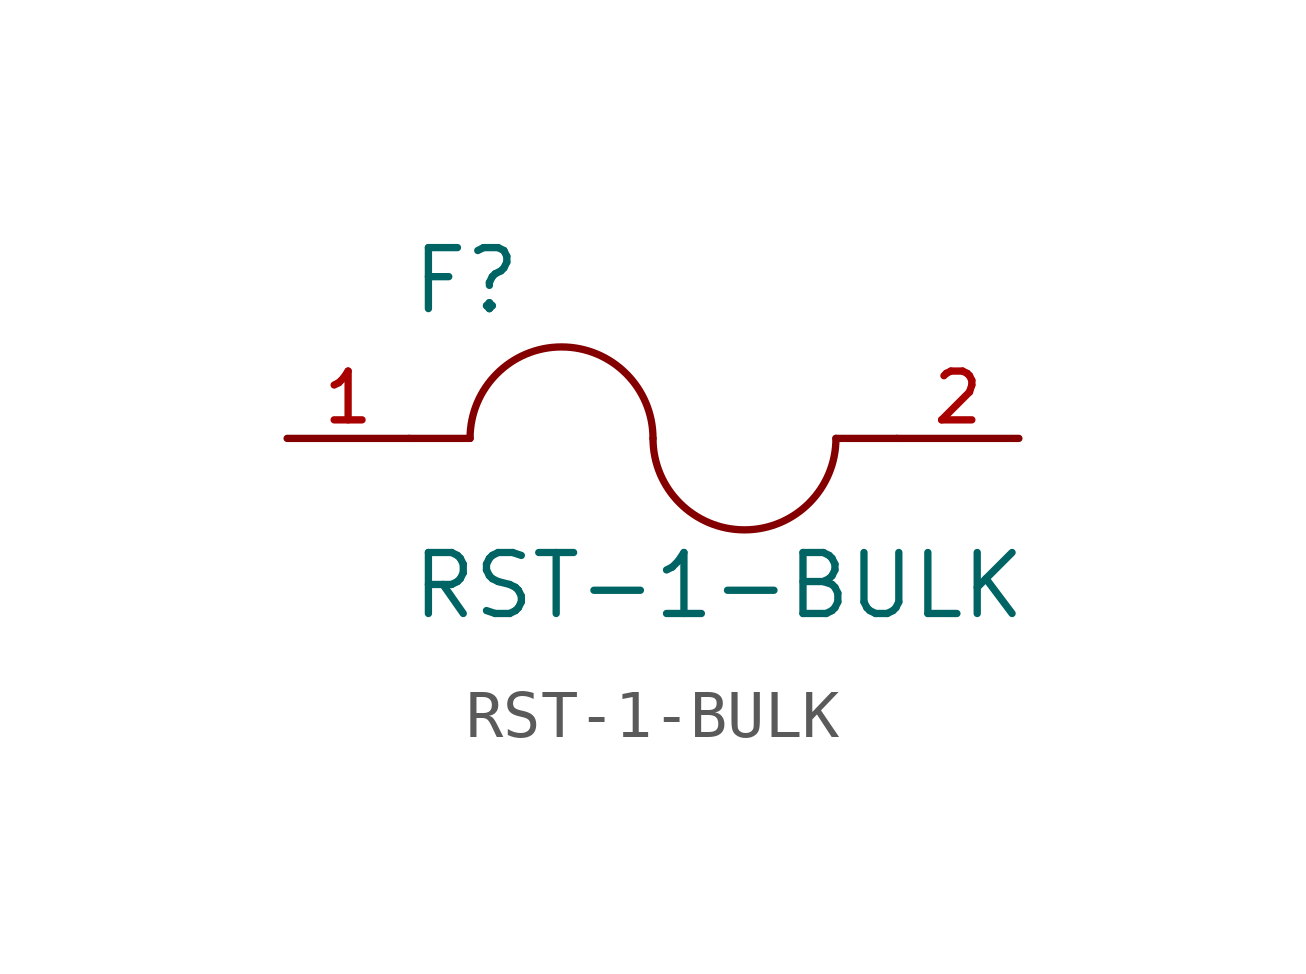
<source format=kicad_sym>
(kicad_symbol_lib
  (version 20211014)
  (generator kicad_symbol_editor)
  (symbol "RST-1-BULK"
    (pin_names
      (offset 1.016))
    (property "Reference" "F"
      (at -5.08 2.54 0)
      (effects (font (size 1.27 1.27)) (justify bottom left)))
    (property "Value" "RST-1-BULK"
      (at -5.08 -3.81 0)
      (effects (font (size 1.27 1.27)) (justify bottom left)))
    (symbol "RST-1-BULK_0_0"
      (arc (start 0.0 0.0) (mid -1.905 1.905) (end -3.81 0.0) (stroke (width 0.1524) (type default) (color 0 0 0 0)) (fill (type none)))
      (arc (start 3.81 0.0) (mid 1.905 -1.905) (end 0.0 0.0) (stroke (width 0.1524) (type default) (color 0 0 0 0)) (fill (type none)))
      (polyline (pts (xy 5.08 0.0) (xy 3.81 0.0)) (stroke (width 0.152)))
      (polyline (pts (xy -5.08 0.0) (xy -3.81 0.0)) (stroke (width 0.152)))
      (pin passive line (at -7.62 0.0 0) (length 2.54) (name "~" (effects (font (size 1.016 1.016)))) (number "1" (effects (font (size 1.016 1.016)))))
      (pin passive line (at 7.62 0.0 180.0) (length 2.54) (name "~" (effects (font (size 1.016 1.016)))) (number "2" (effects (font (size 1.016 1.016))))))))
</source>
